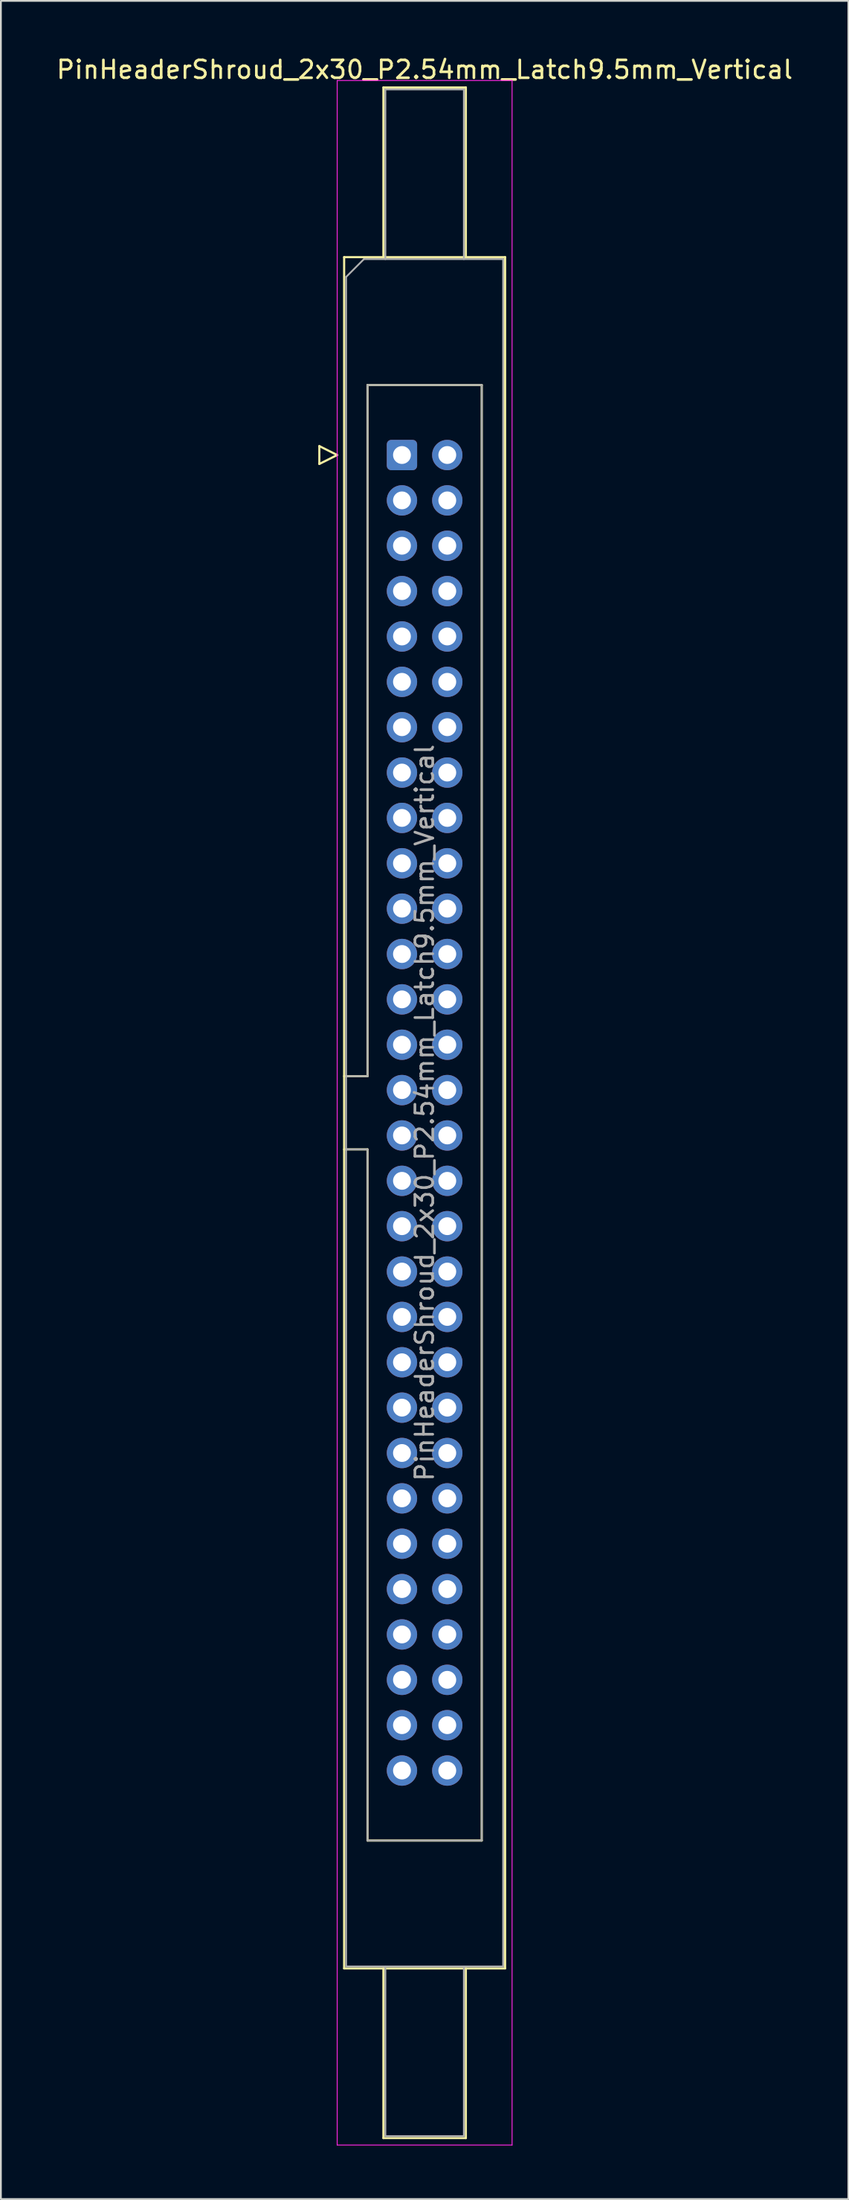
<source format=kicad_pcb>
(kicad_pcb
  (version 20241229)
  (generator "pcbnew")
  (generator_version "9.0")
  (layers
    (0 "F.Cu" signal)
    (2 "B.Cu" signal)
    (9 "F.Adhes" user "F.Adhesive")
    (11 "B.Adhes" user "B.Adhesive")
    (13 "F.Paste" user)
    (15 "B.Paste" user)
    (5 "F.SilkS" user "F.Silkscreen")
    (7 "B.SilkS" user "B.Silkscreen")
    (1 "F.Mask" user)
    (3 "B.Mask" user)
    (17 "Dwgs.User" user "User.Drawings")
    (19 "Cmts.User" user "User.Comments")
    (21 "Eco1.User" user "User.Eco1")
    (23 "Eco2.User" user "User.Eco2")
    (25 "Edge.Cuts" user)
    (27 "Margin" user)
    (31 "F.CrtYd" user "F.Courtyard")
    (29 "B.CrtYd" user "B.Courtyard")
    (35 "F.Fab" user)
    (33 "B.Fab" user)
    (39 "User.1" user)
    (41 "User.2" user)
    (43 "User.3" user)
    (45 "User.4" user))
  (footprint "PinHeaderShroud_2x30_P2.54mm_Latch9.5mm_Vertical"
    (layer "F.Cu")
    (at 19.474 22.428)
    (property "Reference" "PinHeaderShroud_2x30_P2.54mm_Latch9.5mm_Vertical" (at 1.27 -21.58 0) (layer "F.SilkS") (effects (font (size 1 1) (thickness 0.15))))
    (attr through_hole)
    (fp_line (start -4.63 -0.5) (end -4.63 0.5) (stroke (width 0.12) (type solid)) (layer "F.SilkS"))
    (fp_line (start -4.63 0.5) (end -3.63 0) (stroke (width 0.12) (type solid)) (layer "F.SilkS"))
    (fp_line (start -3.63 0) (end -4.63 -0.5) (stroke (width 0.12) (type solid)) (layer "F.SilkS"))
    (fp_line (start -3.24 -11.08) (end 5.78 -11.08) (stroke (width 0.12) (type solid)) (layer "F.SilkS"))
    (fp_line (start -3.24 34.78) (end -1.93 34.78) (stroke (width 0.12) (type solid)) (layer "F.SilkS"))
    (fp_line (start -3.24 38.88) (end -1.93 38.88) (stroke (width 0.12) (type solid)) (layer "F.SilkS"))
    (fp_line (start -3.24 84.74) (end -3.24 -11.08) (stroke (width 0.12) (type solid)) (layer "F.SilkS"))
    (fp_line (start -1.93 -3.92) (end 4.47 -3.92) (stroke (width 0.12) (type solid)) (layer "F.SilkS"))
    (fp_line (start -1.93 34.78) (end -1.93 -3.92) (stroke (width 0.12) (type solid)) (layer "F.SilkS"))
    (fp_line (start -1.93 77.58) (end -1.93 38.88) (stroke (width 0.12) (type solid)) (layer "F.SilkS"))
    (fp_line (start -1.04 -20.58) (end 3.58 -20.58) (stroke (width 0.12) (type solid)) (layer "F.SilkS"))
    (fp_line (start -1.04 -11.08) (end -1.04 -20.58) (stroke (width 0.12) (type solid)) (layer "F.SilkS"))
    (fp_line (start -1.04 84.74) (end -1.04 94.24) (stroke (width 0.12) (type solid)) (layer "F.SilkS"))
    (fp_line (start -1.04 94.24) (end 3.58 94.24) (stroke (width 0.12) (type solid)) (layer "F.SilkS"))
    (fp_line (start 3.58 -20.58) (end 3.58 -11.08) (stroke (width 0.12) (type solid)) (layer "F.SilkS"))
    (fp_line (start 3.58 94.24) (end 3.58 84.74) (stroke (width 0.12) (type solid)) (layer "F.SilkS"))
    (fp_line (start 4.47 -3.92) (end 4.47 77.58) (stroke (width 0.12) (type solid)) (layer "F.SilkS"))
    (fp_line (start 4.47 77.58) (end -1.93 77.58) (stroke (width 0.12) (type solid)) (layer "F.SilkS"))
    (fp_line (start 5.78 -11.08) (end 5.78 84.74) (stroke (width 0.12) (type solid)) (layer "F.SilkS"))
    (fp_line (start 5.78 84.74) (end -3.24 84.74) (stroke (width 0.12) (type solid)) (layer "F.SilkS"))
    (fp_line (start -3.63 -20.97) (end -3.63 94.63) (stroke (width 0.05) (type solid)) (layer "F.CrtYd"))
    (fp_line (start -3.63 94.63) (end 6.17 94.63) (stroke (width 0.05) (type solid)) (layer "F.CrtYd"))
    (fp_line (start 6.17 -20.97) (end -3.63 -20.97) (stroke (width 0.05) (type solid)) (layer "F.CrtYd"))
    (fp_line (start 6.17 94.63) (end 6.17 -20.97) (stroke (width 0.05) (type solid)) (layer "F.CrtYd"))
    (fp_line (start -3.13 -9.97) (end -2.13 -10.97) (stroke (width 0.1) (type solid)) (layer "F.Fab"))
    (fp_line (start -3.13 34.78) (end -1.93 34.78) (stroke (width 0.1) (type solid)) (layer "F.Fab"))
    (fp_line (start -3.13 38.88) (end -1.93 38.88) (stroke (width 0.1) (type solid)) (layer "F.Fab"))
    (fp_line (start -3.13 84.63) (end -3.13 -9.97) (stroke (width 0.1) (type solid)) (layer "F.Fab"))
    (fp_line (start -2.13 -10.97) (end 5.67 -10.97) (stroke (width 0.1) (type solid)) (layer "F.Fab"))
    (fp_line (start -1.93 -3.92) (end 4.47 -3.92) (stroke (width 0.1) (type solid)) (layer "F.Fab"))
    (fp_line (start -1.93 34.78) (end -1.93 -3.92) (stroke (width 0.1) (type solid)) (layer "F.Fab"))
    (fp_line (start -1.93 77.58) (end -1.93 38.88) (stroke (width 0.1) (type solid)) (layer "F.Fab"))
    (fp_line (start -0.93 -20.47) (end 3.47 -20.47) (stroke (width 0.1) (type solid)) (layer "F.Fab"))
    (fp_line (start -0.93 -10.97) (end -0.93 -20.47) (stroke (width 0.1) (type solid)) (layer "F.Fab"))
    (fp_line (start -0.93 84.63) (end -0.93 94.13) (stroke (width 0.1) (type solid)) (layer "F.Fab"))
    (fp_line (start -0.93 94.13) (end 3.47 94.13) (stroke (width 0.1) (type solid)) (layer "F.Fab"))
    (fp_line (start 3.47 -20.47) (end 3.47 -10.97) (stroke (width 0.1) (type solid)) (layer "F.Fab"))
    (fp_line (start 3.47 94.13) (end 3.47 84.63) (stroke (width 0.1) (type solid)) (layer "F.Fab"))
    (fp_line (start 4.47 -3.92) (end 4.47 77.58) (stroke (width 0.1) (type solid)) (layer "F.Fab"))
    (fp_line (start 4.47 77.58) (end -1.93 77.58) (stroke (width 0.1) (type solid)) (layer "F.Fab"))
    (fp_line (start 5.67 -10.97) (end 5.67 84.63) (stroke (width 0.1) (type solid)) (layer "F.Fab"))
    (fp_line (start 5.67 84.63) (end -3.13 84.63) (stroke (width 0.1) (type solid)) (layer "F.Fab"))
    (fp_text user "${REFERENCE}" (at 1.27 36.83 90) (layer "F.Fab") (effects (font (size 1 1) (thickness 0.15))))
    (pad "1" thru_hole roundrect (at 0 0) (size 1.7 1.7) (drill 1) (layers "*.Cu" "*.Mask") (roundrect_rratio 0.147))
    (pad "2" thru_hole circle (at 2.54 0) (size 1.7 1.7) (drill 1) (layers "*.Cu" "*.Mask"))
    (pad "3" thru_hole circle (at 0 2.54) (size 1.7 1.7) (drill 1) (layers "*.Cu" "*.Mask"))
    (pad "4" thru_hole circle (at 2.54 2.54) (size 1.7 1.7) (drill 1) (layers "*.Cu" "*.Mask"))
    (pad "5" thru_hole circle (at 0 5.08) (size 1.7 1.7) (drill 1) (layers "*.Cu" "*.Mask"))
    (pad "6" thru_hole circle (at 2.54 5.08) (size 1.7 1.7) (drill 1) (layers "*.Cu" "*.Mask"))
    (pad "7" thru_hole circle (at 0 7.62) (size 1.7 1.7) (drill 1) (layers "*.Cu" "*.Mask"))
    (pad "8" thru_hole circle (at 2.54 7.62) (size 1.7 1.7) (drill 1) (layers "*.Cu" "*.Mask"))
    (pad "9" thru_hole circle (at 0 10.16) (size 1.7 1.7) (drill 1) (layers "*.Cu" "*.Mask"))
    (pad "10" thru_hole circle (at 2.54 10.16) (size 1.7 1.7) (drill 1) (layers "*.Cu" "*.Mask"))
    (pad "11" thru_hole circle (at 0 12.7) (size 1.7 1.7) (drill 1) (layers "*.Cu" "*.Mask"))
    (pad "12" thru_hole circle (at 2.54 12.7) (size 1.7 1.7) (drill 1) (layers "*.Cu" "*.Mask"))
    (pad "13" thru_hole circle (at 0 15.24) (size 1.7 1.7) (drill 1) (layers "*.Cu" "*.Mask"))
    (pad "14" thru_hole circle (at 2.54 15.24) (size 1.7 1.7) (drill 1) (layers "*.Cu" "*.Mask"))
    (pad "15" thru_hole circle (at 0 17.78) (size 1.7 1.7) (drill 1) (layers "*.Cu" "*.Mask"))
    (pad "16" thru_hole circle (at 2.54 17.78) (size 1.7 1.7) (drill 1) (layers "*.Cu" "*.Mask"))
    (pad "17" thru_hole circle (at 0 20.32) (size 1.7 1.7) (drill 1) (layers "*.Cu" "*.Mask"))
    (pad "18" thru_hole circle (at 2.54 20.32) (size 1.7 1.7) (drill 1) (layers "*.Cu" "*.Mask"))
    (pad "19" thru_hole circle (at 0 22.86) (size 1.7 1.7) (drill 1) (layers "*.Cu" "*.Mask"))
    (pad "20" thru_hole circle (at 2.54 22.86) (size 1.7 1.7) (drill 1) (layers "*.Cu" "*.Mask"))
    (pad "21" thru_hole circle (at 0 25.4) (size 1.7 1.7) (drill 1) (layers "*.Cu" "*.Mask"))
    (pad "22" thru_hole circle (at 2.54 25.4) (size 1.7 1.7) (drill 1) (layers "*.Cu" "*.Mask"))
    (pad "23" thru_hole circle (at 0 27.94) (size 1.7 1.7) (drill 1) (layers "*.Cu" "*.Mask"))
    (pad "24" thru_hole circle (at 2.54 27.94) (size 1.7 1.7) (drill 1) (layers "*.Cu" "*.Mask"))
    (pad "25" thru_hole circle (at 0 30.48) (size 1.7 1.7) (drill 1) (layers "*.Cu" "*.Mask"))
    (pad "26" thru_hole circle (at 2.54 30.48) (size 1.7 1.7) (drill 1) (layers "*.Cu" "*.Mask"))
    (pad "27" thru_hole circle (at 0 33.02) (size 1.7 1.7) (drill 1) (layers "*.Cu" "*.Mask"))
    (pad "28" thru_hole circle (at 2.54 33.02) (size 1.7 1.7) (drill 1) (layers "*.Cu" "*.Mask"))
    (pad "29" thru_hole circle (at 0 35.56) (size 1.7 1.7) (drill 1) (layers "*.Cu" "*.Mask"))
    (pad "30" thru_hole circle (at 2.54 35.56) (size 1.7 1.7) (drill 1) (layers "*.Cu" "*.Mask"))
    (pad "31" thru_hole circle (at 0 38.1) (size 1.7 1.7) (drill 1) (layers "*.Cu" "*.Mask"))
    (pad "32" thru_hole circle (at 2.54 38.1) (size 1.7 1.7) (drill 1) (layers "*.Cu" "*.Mask"))
    (pad "33" thru_hole circle (at 0 40.64) (size 1.7 1.7) (drill 1) (layers "*.Cu" "*.Mask"))
    (pad "34" thru_hole circle (at 2.54 40.64) (size 1.7 1.7) (drill 1) (layers "*.Cu" "*.Mask"))
    (pad "35" thru_hole circle (at 0 43.18) (size 1.7 1.7) (drill 1) (layers "*.Cu" "*.Mask"))
    (pad "36" thru_hole circle (at 2.54 43.18) (size 1.7 1.7) (drill 1) (layers "*.Cu" "*.Mask"))
    (pad "37" thru_hole circle (at 0 45.72) (size 1.7 1.7) (drill 1) (layers "*.Cu" "*.Mask"))
    (pad "38" thru_hole circle (at 2.54 45.72) (size 1.7 1.7) (drill 1) (layers "*.Cu" "*.Mask"))
    (pad "39" thru_hole circle (at 0 48.26) (size 1.7 1.7) (drill 1) (layers "*.Cu" "*.Mask"))
    (pad "40" thru_hole circle (at 2.54 48.26) (size 1.7 1.7) (drill 1) (layers "*.Cu" "*.Mask"))
    (pad "41" thru_hole circle (at 0 50.8) (size 1.7 1.7) (drill 1) (layers "*.Cu" "*.Mask"))
    (pad "42" thru_hole circle (at 2.54 50.8) (size 1.7 1.7) (drill 1) (layers "*.Cu" "*.Mask"))
    (pad "43" thru_hole circle (at 0 53.34) (size 1.7 1.7) (drill 1) (layers "*.Cu" "*.Mask"))
    (pad "44" thru_hole circle (at 2.54 53.34) (size 1.7 1.7) (drill 1) (layers "*.Cu" "*.Mask"))
    (pad "45" thru_hole circle (at 0 55.88) (size 1.7 1.7) (drill 1) (layers "*.Cu" "*.Mask"))
    (pad "46" thru_hole circle (at 2.54 55.88) (size 1.7 1.7) (drill 1) (layers "*.Cu" "*.Mask"))
    (pad "47" thru_hole circle (at 0 58.42) (size 1.7 1.7) (drill 1) (layers "*.Cu" "*.Mask"))
    (pad "48" thru_hole circle (at 2.54 58.42) (size 1.7 1.7) (drill 1) (layers "*.Cu" "*.Mask"))
    (pad "49" thru_hole circle (at 0 60.96) (size 1.7 1.7) (drill 1) (layers "*.Cu" "*.Mask"))
    (pad "50" thru_hole circle (at 2.54 60.96) (size 1.7 1.7) (drill 1) (layers "*.Cu" "*.Mask"))
    (pad "51" thru_hole circle (at 0 63.5) (size 1.7 1.7) (drill 1) (layers "*.Cu" "*.Mask"))
    (pad "52" thru_hole circle (at 2.54 63.5) (size 1.7 1.7) (drill 1) (layers "*.Cu" "*.Mask"))
    (pad "53" thru_hole circle (at 0 66.04) (size 1.7 1.7) (drill 1) (layers "*.Cu" "*.Mask"))
    (pad "54" thru_hole circle (at 2.54 66.04) (size 1.7 1.7) (drill 1) (layers "*.Cu" "*.Mask"))
    (pad "55" thru_hole circle (at 0 68.58) (size 1.7 1.7) (drill 1) (layers "*.Cu" "*.Mask"))
    (pad "56" thru_hole circle (at 2.54 68.58) (size 1.7 1.7) (drill 1) (layers "*.Cu" "*.Mask"))
    (pad "57" thru_hole circle (at 0 71.12) (size 1.7 1.7) (drill 1) (layers "*.Cu" "*.Mask"))
    (pad "58" thru_hole circle (at 2.54 71.12) (size 1.7 1.7) (drill 1) (layers "*.Cu" "*.Mask"))
    (pad "59" thru_hole circle (at 0 73.66) (size 1.7 1.7) (drill 1) (layers "*.Cu" "*.Mask"))
    (pad "60" thru_hole circle (at 2.54 73.66) (size 1.7 1.7) (drill 1) (layers "*.Cu" "*.Mask")))
  (gr_rect
    (start -3 -3)
    (end 44.488 120.083)
    (stroke (width 0.1) (type default))
    (fill no)
    (layer "Edge.Cuts")))
</source>
